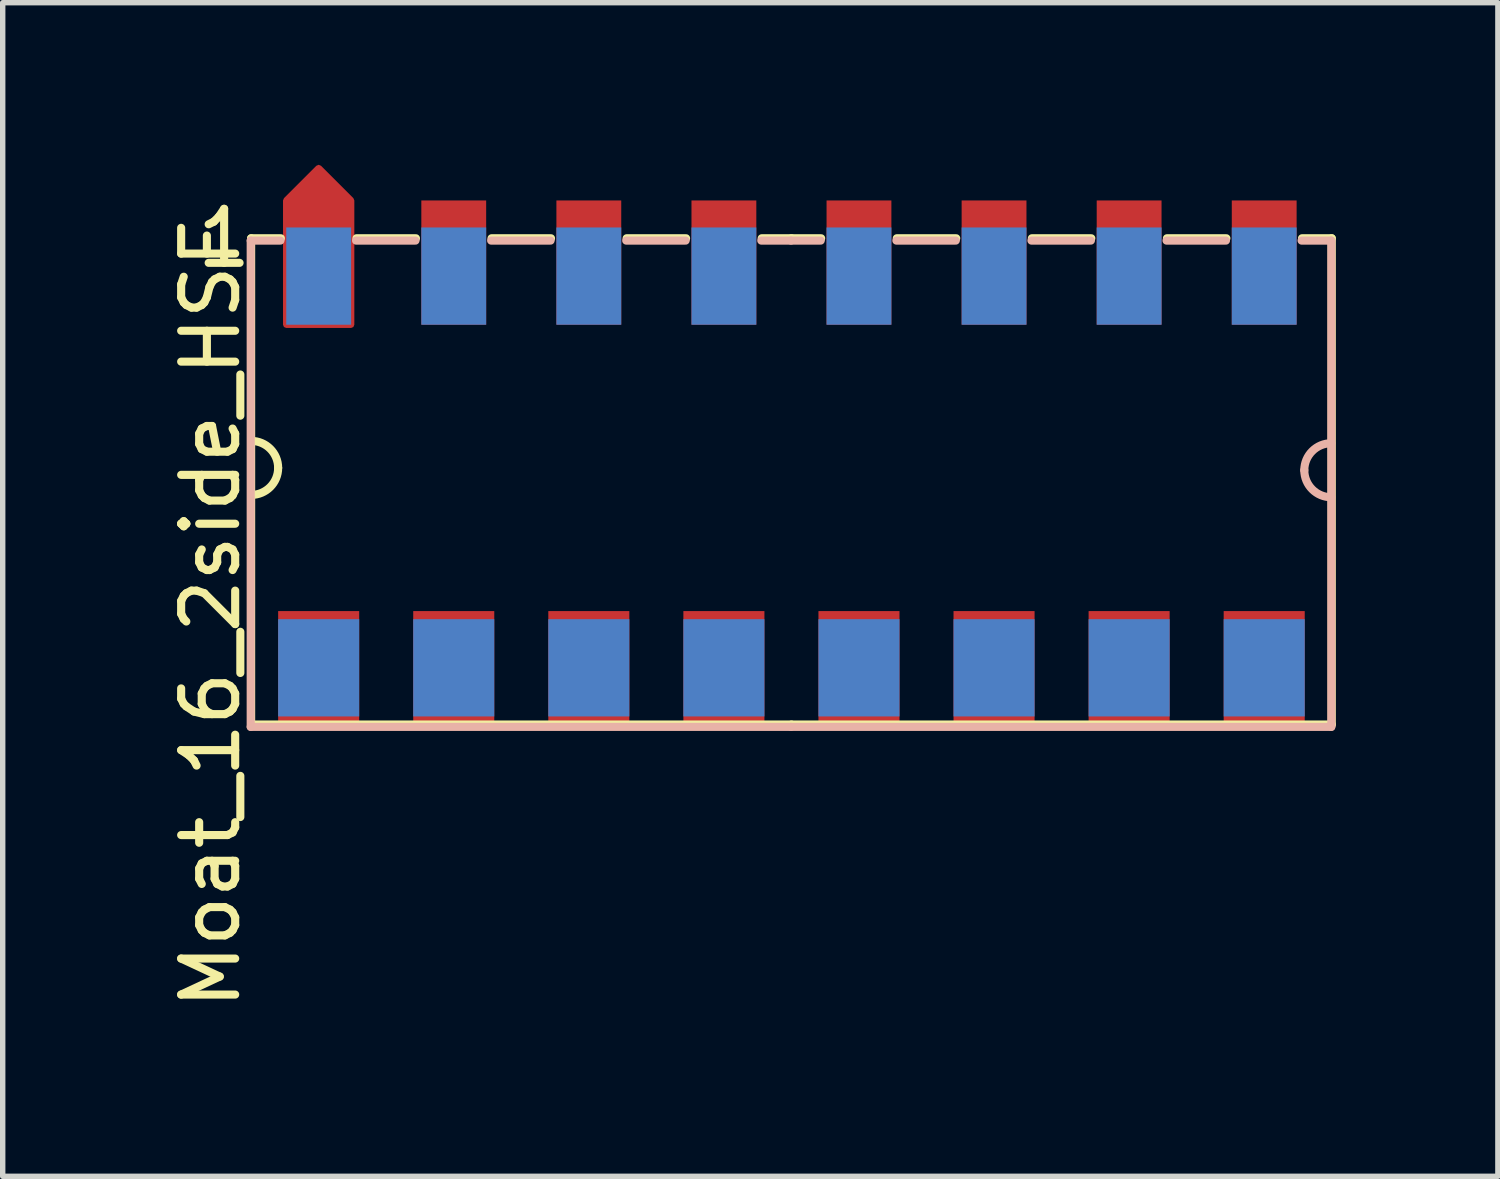
<source format=kicad_pcb>
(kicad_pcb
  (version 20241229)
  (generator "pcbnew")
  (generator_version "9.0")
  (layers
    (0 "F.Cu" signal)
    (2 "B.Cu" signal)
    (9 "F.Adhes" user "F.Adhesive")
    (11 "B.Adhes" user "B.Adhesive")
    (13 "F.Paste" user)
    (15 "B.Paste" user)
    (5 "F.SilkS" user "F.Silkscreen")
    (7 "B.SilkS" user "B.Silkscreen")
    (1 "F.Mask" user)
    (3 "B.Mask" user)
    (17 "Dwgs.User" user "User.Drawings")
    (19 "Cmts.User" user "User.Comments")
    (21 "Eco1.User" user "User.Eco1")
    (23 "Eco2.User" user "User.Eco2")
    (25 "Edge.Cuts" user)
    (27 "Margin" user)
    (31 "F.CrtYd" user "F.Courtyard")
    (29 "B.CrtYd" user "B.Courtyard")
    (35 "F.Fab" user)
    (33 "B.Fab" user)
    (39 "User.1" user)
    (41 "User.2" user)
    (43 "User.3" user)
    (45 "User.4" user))
  (footprint "Moat_16_2side_HSF"
    (layer "F.Cu")
    (at 11.598 5.56)
    (property "Reference" "Moat_16_2side_HSF" (at -10.75 2.75 90) (layer "F.SilkS") (effects (font (size 1 1) (thickness 0.15))))
    (attr smd)
    (fp_line (start -10 -4.2) (end -10 4.8) (stroke (width 0.15) (type solid)) (layer "F.SilkS"))
    (fp_line (start -10 -4.2) (end -9.45 -4.2) (stroke (width 0.15) (type solid)) (layer "F.SilkS"))
    (fp_line (start -10 4.8) (end 0 4.8) (stroke (width 0.15) (type solid)) (layer "F.SilkS"))
    (fp_line (start -6.95 -4.2) (end -8.05 -4.2) (stroke (width 0.15) (type solid)) (layer "F.SilkS"))
    (fp_line (start -4.45 -4.2) (end -5.55 -4.2) (stroke (width 0.15) (type solid)) (layer "F.SilkS"))
    (fp_line (start -1.95 -4.2) (end -3.05 -4.2) (stroke (width 0.15) (type solid)) (layer "F.SilkS"))
    (fp_line (start 0 -4.2) (end -0.55 -4.2) (stroke (width 0.15) (type solid)) (layer "F.SilkS"))
    (fp_line (start 0 -4.2) (end 0.55 -4.2) (stroke (width 0.15) (type solid)) (layer "F.SilkS"))
    (fp_line (start 0 4.8) (end 10 4.8) (stroke (width 0.15) (type solid)) (layer "F.SilkS"))
    (fp_line (start 3.05 -4.2) (end 1.95 -4.2) (stroke (width 0.15) (type solid)) (layer "F.SilkS"))
    (fp_line (start 5.55 -4.2) (end 4.45 -4.2) (stroke (width 0.15) (type solid)) (layer "F.SilkS"))
    (fp_line (start 8.05 -4.2) (end 6.95 -4.2) (stroke (width 0.15) (type solid)) (layer "F.SilkS"))
    (fp_line (start 10 -4.2) (end 9.45 -4.2) (stroke (width 0.15) (type solid)) (layer "F.SilkS"))
    (fp_line (start 10 4.8) (end 10 -4.2) (stroke (width 0.15) (type solid)) (layer "F.SilkS"))
    (fp_arc (start -10 -0.45) (mid -9.646447 -0.303553) (end -9.5 0.05) (stroke (width 0.15) (type solid)) (layer "F.SilkS"))
    (fp_arc (start -9.5 0.05) (mid -9.646447 0.403553) (end -10 0.55) (stroke (width 0.15) (type solid)) (layer "F.SilkS"))
    (fp_line (start -10.008 -4.157) (end -9.458 -4.157) (stroke (width 0.15) (type solid)) (layer "B.SilkS"))
    (fp_line (start -10.008 4.843) (end -10.008 -4.157) (stroke (width 0.15) (type solid)) (layer "B.SilkS"))
    (fp_line (start -8.058 -4.157) (end -6.958 -4.157) (stroke (width 0.15) (type solid)) (layer "B.SilkS"))
    (fp_line (start -5.558 -4.157) (end -4.458 -4.157) (stroke (width 0.15) (type solid)) (layer "B.SilkS"))
    (fp_line (start -3.058 -4.157) (end -1.958 -4.157) (stroke (width 0.15) (type solid)) (layer "B.SilkS"))
    (fp_line (start -0.008 -4.157) (end -0.558 -4.157) (stroke (width 0.15) (type solid)) (layer "B.SilkS"))
    (fp_line (start -0.008 -4.157) (end 0.542 -4.157) (stroke (width 0.15) (type solid)) (layer "B.SilkS"))
    (fp_line (start -0.008 4.843) (end -10.008 4.843) (stroke (width 0.15) (type solid)) (layer "B.SilkS"))
    (fp_line (start 1.942 -4.157) (end 3.042 -4.157) (stroke (width 0.15) (type solid)) (layer "B.SilkS"))
    (fp_line (start 4.442 -4.157) (end 5.542 -4.157) (stroke (width 0.15) (type solid)) (layer "B.SilkS"))
    (fp_line (start 6.942 -4.157) (end 8.042 -4.157) (stroke (width 0.15) (type solid)) (layer "B.SilkS"))
    (fp_line (start 9.992 -4.157) (end 9.442 -4.157) (stroke (width 0.15) (type solid)) (layer "B.SilkS"))
    (fp_line (start 9.992 -4.157) (end 9.992 4.843) (stroke (width 0.15) (type solid)) (layer "B.SilkS"))
    (fp_line (start 9.992 4.843) (end -0.008 4.843) (stroke (width 0.15) (type solid)) (layer "B.SilkS"))
    (fp_arc (start 9.492067 0.093176) (mid 9.638514 -0.260377) (end 9.992067 -0.406824) (stroke (width 0.15) (type solid)) (layer "B.SilkS"))
    (fp_arc (start 9.992067 0.593176) (mid 9.638514 0.446729) (end 9.492067 0.093176) (stroke (width 0.15) (type solid)) (layer "B.SilkS"))
    (fp_text user "1" (at -10.5 -4.2 0) (layer "F.SilkS") (effects (font (size 1 1) (thickness 0.15))))
    (pad "1" smd custom (at -8.75 -3.75 180) (size 1.2 2.3) (layers "F.Cu" "F.Mask" "F.Paste") (options (anchor rect)) (primitives (gr_poly (pts (xy 0.6 1.15) (xy 0 1.75) (xy -0.6 1.15) (xy -0.6 -1.15) (xy 0.6 -1.15)) (width 0.12) (fill yes))))
    (pad "1" smd rect (at -8.75 3.8) (size 1.5 2.2) (layers "F.Cu" "F.Mask" "F.Paste"))
    (pad "2" smd rect (at -8.75 -3.5 180) (size 1.2 1.8) (layers "B.Cu" "B.Mask" "B.Paste"))
    (pad "2" smd rect (at -8.75 3.75 180) (size 1.5 1.8) (layers "B.Cu" "B.Mask" "B.Paste"))
    (pad "3" smd rect (at -6.25 -3.75) (size 1.2 2.3) (layers "F.Cu" "F.Mask" "F.Paste"))
    (pad "3" smd rect (at -6.25 3.8) (size 1.5 2.2) (layers "F.Cu" "F.Mask" "F.Paste"))
    (pad "4" smd rect (at -6.25 -3.5 180) (size 1.2 1.8) (layers "B.Cu" "B.Mask" "B.Paste"))
    (pad "4" smd rect (at -6.25 3.75 180) (size 1.5 1.8) (layers "B.Cu" "B.Mask" "B.Paste"))
    (pad "5" smd rect (at -3.75 -3.75) (size 1.2 2.3) (layers "F.Cu" "F.Mask" "F.Paste"))
    (pad "5" smd rect (at -3.75 3.8) (size 1.5 2.2) (layers "F.Cu" "F.Mask" "F.Paste"))
    (pad "6" smd rect (at -3.75 -3.5 180) (size 1.2 1.8) (layers "B.Cu" "B.Mask" "B.Paste"))
    (pad "6" smd rect (at -3.75 3.75 180) (size 1.5 1.8) (layers "B.Cu" "B.Mask" "B.Paste"))
    (pad "7" smd rect (at -1.25 -3.75) (size 1.2 2.3) (layers "F.Cu" "F.Mask" "F.Paste"))
    (pad "7" smd rect (at -1.25 3.8) (size 1.5 2.2) (layers "F.Cu" "F.Mask" "F.Paste"))
    (pad "8" smd rect (at -1.25 -3.5 180) (size 1.2 1.8) (layers "B.Cu" "B.Mask" "B.Paste"))
    (pad "8" smd rect (at -1.25 3.75 180) (size 1.5 1.8) (layers "B.Cu" "B.Mask" "B.Paste"))
    (pad "9" smd rect (at 1.25 -3.75) (size 1.2 2.3) (layers "F.Cu" "F.Mask" "F.Paste"))
    (pad "9" smd rect (at 1.25 3.8) (size 1.5 2.2) (layers "F.Cu" "F.Mask" "F.Paste"))
    (pad "10" smd rect (at 1.25 -3.5 180) (size 1.2 1.8) (layers "B.Cu" "B.Mask" "B.Paste"))
    (pad "10" smd rect (at 1.25 3.75 180) (size 1.5 1.8) (layers "B.Cu" "B.Mask" "B.Paste"))
    (pad "11" smd rect (at 3.75 -3.75) (size 1.2 2.3) (layers "F.Cu" "F.Mask" "F.Paste"))
    (pad "11" smd rect (at 3.75 3.8) (size 1.5 2.2) (layers "F.Cu" "F.Mask" "F.Paste"))
    (pad "12" smd rect (at 3.75 -3.5 180) (size 1.2 1.8) (layers "B.Cu" "B.Mask" "B.Paste"))
    (pad "12" smd rect (at 3.75 3.75 180) (size 1.5 1.8) (layers "B.Cu" "B.Mask" "B.Paste"))
    (pad "13" smd rect (at 6.25 -3.75) (size 1.2 2.3) (layers "F.Cu" "F.Mask" "F.Paste"))
    (pad "13" smd rect (at 6.25 3.8) (size 1.5 2.2) (layers "F.Cu" "F.Mask" "F.Paste"))
    (pad "14" smd rect (at 6.25 -3.5 180) (size 1.2 1.8) (layers "B.Cu" "B.Mask" "B.Paste"))
    (pad "14" smd rect (at 6.25 3.75 180) (size 1.5 1.8) (layers "B.Cu" "B.Mask" "B.Paste"))
    (pad "15" smd rect (at 8.75 -3.75) (size 1.2 2.3) (layers "F.Cu" "F.Mask" "F.Paste"))
    (pad "15" smd rect (at 8.75 3.8) (size 1.5 2.2) (layers "F.Cu" "F.Mask" "F.Paste"))
    (pad "16" smd rect (at 8.75 -3.5 180) (size 1.2 1.8) (layers "B.Cu" "B.Mask" "B.Paste"))
    (pad "16" smd rect (at 8.75 3.75 180) (size 1.5 1.8) (layers "B.Cu" "B.Mask" "B.Paste")))
  (gr_rect
    (start -3 -3)
    (end 24.673 18.721)
    (stroke (width 0.1) (type default))
    (fill no)
    (layer "Edge.Cuts")))
</source>
